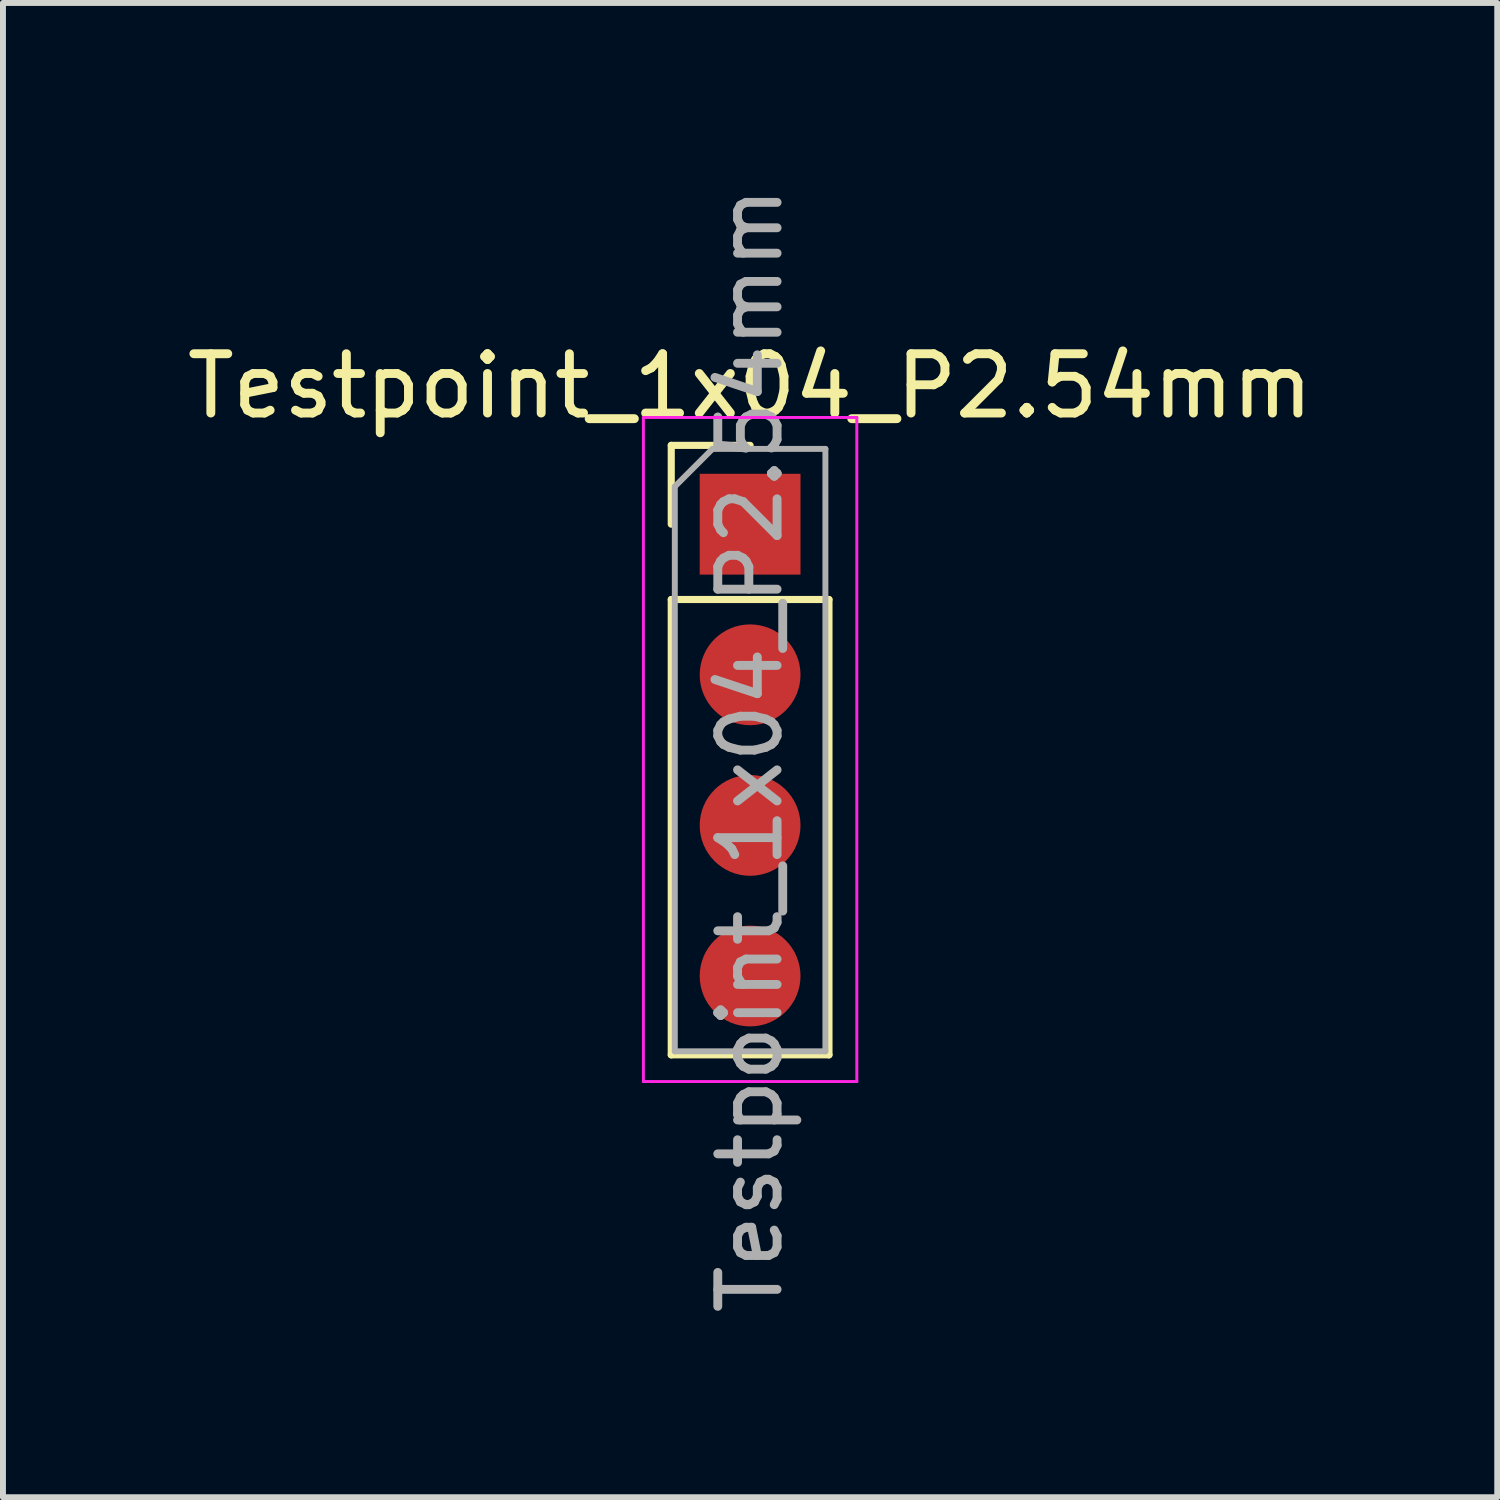
<source format=kicad_pcb>
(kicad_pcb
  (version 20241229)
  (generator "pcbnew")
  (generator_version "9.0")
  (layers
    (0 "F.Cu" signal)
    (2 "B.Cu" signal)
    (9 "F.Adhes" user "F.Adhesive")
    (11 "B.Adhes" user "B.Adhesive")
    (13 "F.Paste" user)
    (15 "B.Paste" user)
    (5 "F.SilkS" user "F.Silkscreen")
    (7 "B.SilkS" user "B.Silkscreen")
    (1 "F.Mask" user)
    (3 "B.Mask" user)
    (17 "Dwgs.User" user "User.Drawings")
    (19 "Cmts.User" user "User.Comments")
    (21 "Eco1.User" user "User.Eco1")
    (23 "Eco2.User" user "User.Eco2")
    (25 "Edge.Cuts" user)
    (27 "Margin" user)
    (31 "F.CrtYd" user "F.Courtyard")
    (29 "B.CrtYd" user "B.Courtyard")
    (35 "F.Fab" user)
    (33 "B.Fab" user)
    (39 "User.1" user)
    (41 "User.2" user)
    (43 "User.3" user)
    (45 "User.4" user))
  (footprint "Testpoint_1x04_P2.54mm"
    (layer "F.Cu")
    (at 9.601 5.791)
    (property "Reference" "Testpoint_1x04_P2.54mm" (at 0 -2.33 0) (layer "F.SilkS") (effects (font (size 1 1) (thickness 0.15))))
    (attr through_hole)
    (fp_line (start -1.33 -1.33) (end 0 -1.33) (stroke (width 0.12) (type solid)) (layer "F.SilkS"))
    (fp_line (start -1.33 0) (end -1.33 -1.33) (stroke (width 0.12) (type solid)) (layer "F.SilkS"))
    (fp_line (start -1.33 1.27) (end -1.33 8.95) (stroke (width 0.12) (type solid)) (layer "F.SilkS"))
    (fp_line (start -1.33 1.27) (end 1.33 1.27) (stroke (width 0.12) (type solid)) (layer "F.SilkS"))
    (fp_line (start -1.33 8.95) (end 1.33 8.95) (stroke (width 0.12) (type solid)) (layer "F.SilkS"))
    (fp_line (start 1.33 1.27) (end 1.33 8.95) (stroke (width 0.12) (type solid)) (layer "F.SilkS"))
    (fp_line (start -1.8 -1.8) (end -1.8 9.4) (stroke (width 0.05) (type solid)) (layer "F.CrtYd"))
    (fp_line (start -1.8 9.4) (end 1.8 9.4) (stroke (width 0.05) (type solid)) (layer "F.CrtYd"))
    (fp_line (start 1.8 -1.8) (end -1.8 -1.8) (stroke (width 0.05) (type solid)) (layer "F.CrtYd"))
    (fp_line (start 1.8 9.4) (end 1.8 -1.8) (stroke (width 0.05) (type solid)) (layer "F.CrtYd"))
    (fp_line (start -1.27 -0.635) (end -0.635 -1.27) (stroke (width 0.1) (type solid)) (layer "F.Fab"))
    (fp_line (start -1.27 8.89) (end -1.27 -0.635) (stroke (width 0.1) (type solid)) (layer "F.Fab"))
    (fp_line (start -0.635 -1.27) (end 1.27 -1.27) (stroke (width 0.1) (type solid)) (layer "F.Fab"))
    (fp_line (start 1.27 -1.27) (end 1.27 8.89) (stroke (width 0.1) (type solid)) (layer "F.Fab"))
    (fp_line (start 1.27 8.89) (end -1.27 8.89) (stroke (width 0.1) (type solid)) (layer "F.Fab"))
    (fp_text user "${REFERENCE}" (at 0 3.81 90) (layer "F.Fab") (effects (font (size 1 1) (thickness 0.15))))
    (pad "1" smd rect (at 0 0) (size 1.7 1.7) (layers "F.Cu" "F.Mask" "F.Paste"))
    (pad "2" smd oval (at 0 2.54) (size 1.7 1.7) (layers "F.Cu" "F.Mask" "F.Paste"))
    (pad "3" smd oval (at 0 5.08) (size 1.7 1.7) (layers "F.Cu" "F.Mask" "F.Paste"))
    (pad "4" smd oval (at 0 7.62) (size 1.7 1.7) (layers "F.Cu" "F.Mask" "F.Paste")))
  (gr_rect
    (start -3 -3)
    (end 22.202 22.202)
    (stroke (width 0.1) (type default))
    (fill no)
    (layer "Edge.Cuts")))
</source>
